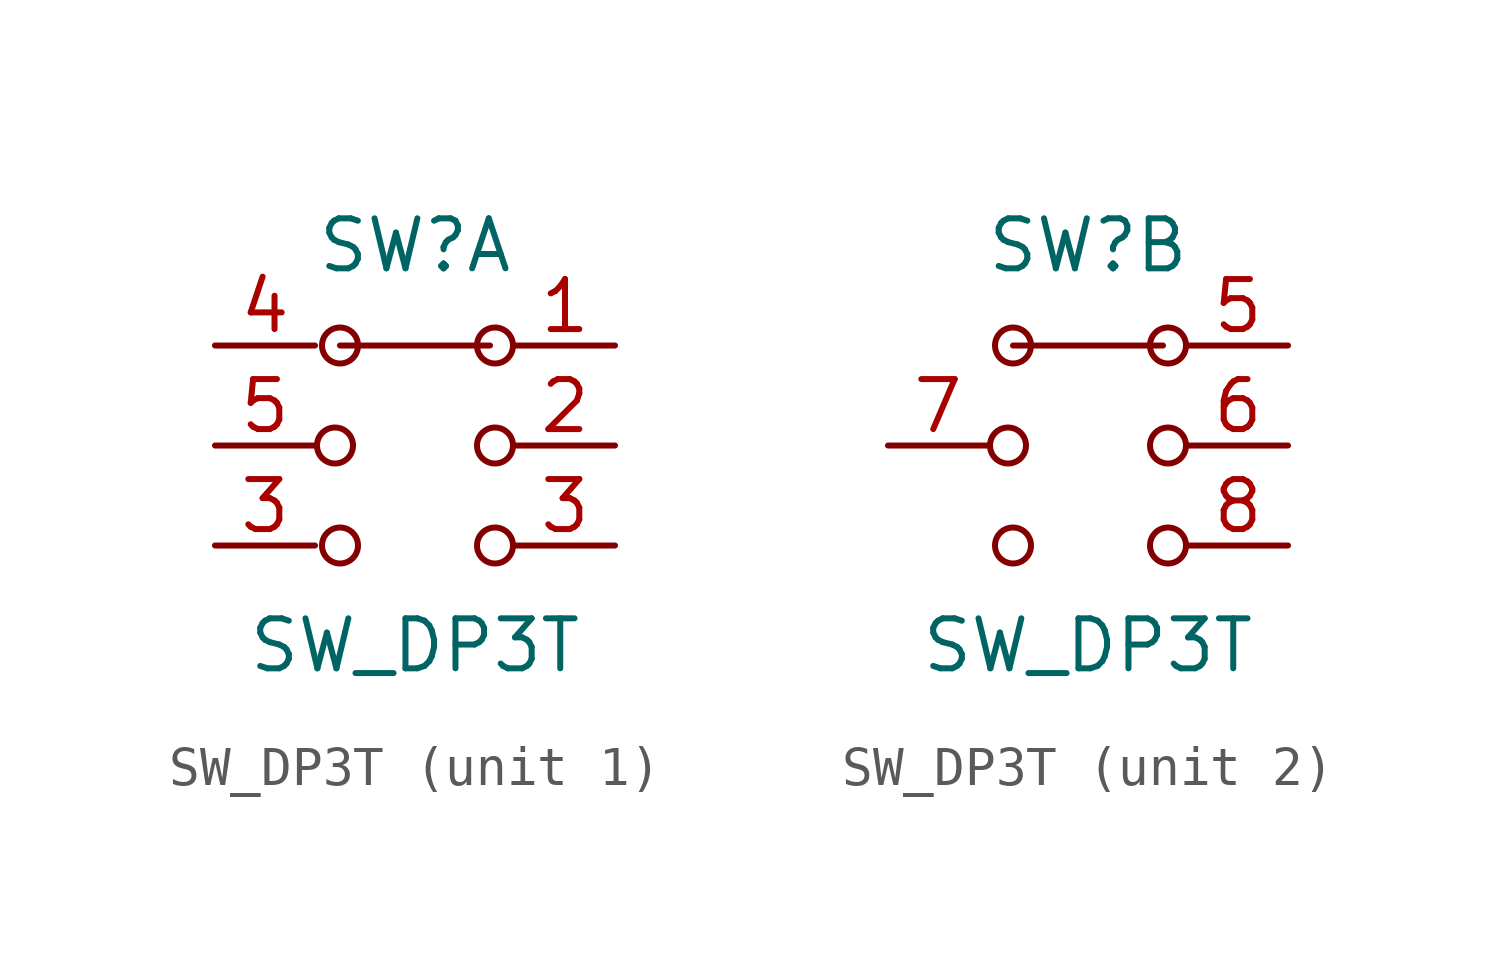
<source format=kicad_sym>
(kicad_symbol_lib
  (version 20211014)
  (generator kicad_symbol_editor)
  (symbol "SW_DP3T"
    (pin_names
      (offset 0) hide)
    (property "Reference" "SW"
      (at 0 5.08 0)
      (effects (font (size 1.27 1.27))))
    (property "Value" "SW_DP3T"
      (at 0 -5.08 0)
      (effects (font (size 1.27 1.27))))
    (symbol "SW_DP3T_0_1"
      (circle (center -2.032 0) (radius 0.457) (stroke (width 0) (type default) (color 0 0 0 0)) (fill (type none)))
      (circle (center -1.905 -2.54) (radius 0.457) (stroke (width 0) (type default) (color 0 0 0 0)) (fill (type none)))
      (circle (center -1.905 2.54) (radius 0.457) (stroke (width 0) (type default) (color 0 0 0 0)) (fill (type none)))
      (polyline (pts (xy -1.905 2.54) (xy 1.905 2.54)) (stroke (width 0) (type default) (color 0 0 0 0)) (fill (type none)))
      (circle (center 2.032 -2.54) (radius 0.457) (stroke (width 0) (type default) (color 0 0 0 0)) (fill (type none)))
      (circle (center 2.032 0) (radius 0.457) (stroke (width 0) (type default) (color 0 0 0 0)) (fill (type none)))
      (circle (center 2.032 2.54) (radius 0.457) (stroke (width 0) (type default) (color 0 0 0 0)) (fill (type none))))
    (symbol "SW_DP3T_1_1"
      (pin passive line (at 5.08 2.54 180) (length 2.54) (name "1" (effects (font (size 1.27 1.27)))) (number "1" (effects (font (size 1.27 1.27)))))
      (pin passive line (at 5.08 0 180) (length 2.54) (name "2" (effects (font (size 1.27 1.27)))) (number "2" (effects (font (size 1.27 1.27)))))
      (pin passive line (at 5.08 -2.54 180) (length 2.54) (name "3" (effects (font (size 1.27 1.27)))) (number "3" (effects (font (size 1.27 1.27)))))
      (pin passive line (at -5.08 -2.54 0) (length 2.54) (name "6" (effects (font (size 1.27 1.27)))) (number "3" (effects (font (size 1.27 1.27)))))
      (pin passive line (at -5.08 2.54 0) (length 2.54) (name "4" (effects (font (size 1.27 1.27)))) (number "4" (effects (font (size 1.27 1.27)))))
      (pin passive line (at -5.08 0 0) (length 2.54) (name "5" (effects (font (size 1.27 1.27)))) (number "5" (effects (font (size 1.27 1.27))))))
    (symbol "SW_DP3T_2_1"
      (pin passive line (at 5.08 2.54 180) (length 2.54) (name "5" (effects (font (size 1.27 1.27)))) (number "5" (effects (font (size 1.27 1.27)))))
      (pin passive line (at 5.08 0 180) (length 2.54) (name "6" (effects (font (size 1.27 1.27)))) (number "6" (effects (font (size 1.27 1.27)))))
      (pin passive line (at -5.08 0 0) (length 2.54) (name "7" (effects (font (size 1.27 1.27)))) (number "7" (effects (font (size 1.27 1.27)))))
      (pin passive line (at 5.08 -2.54 180) (length 2.54) (name "8" (effects (font (size 1.27 1.27)))) (number "8" (effects (font (size 1.27 1.27))))))))
</source>
